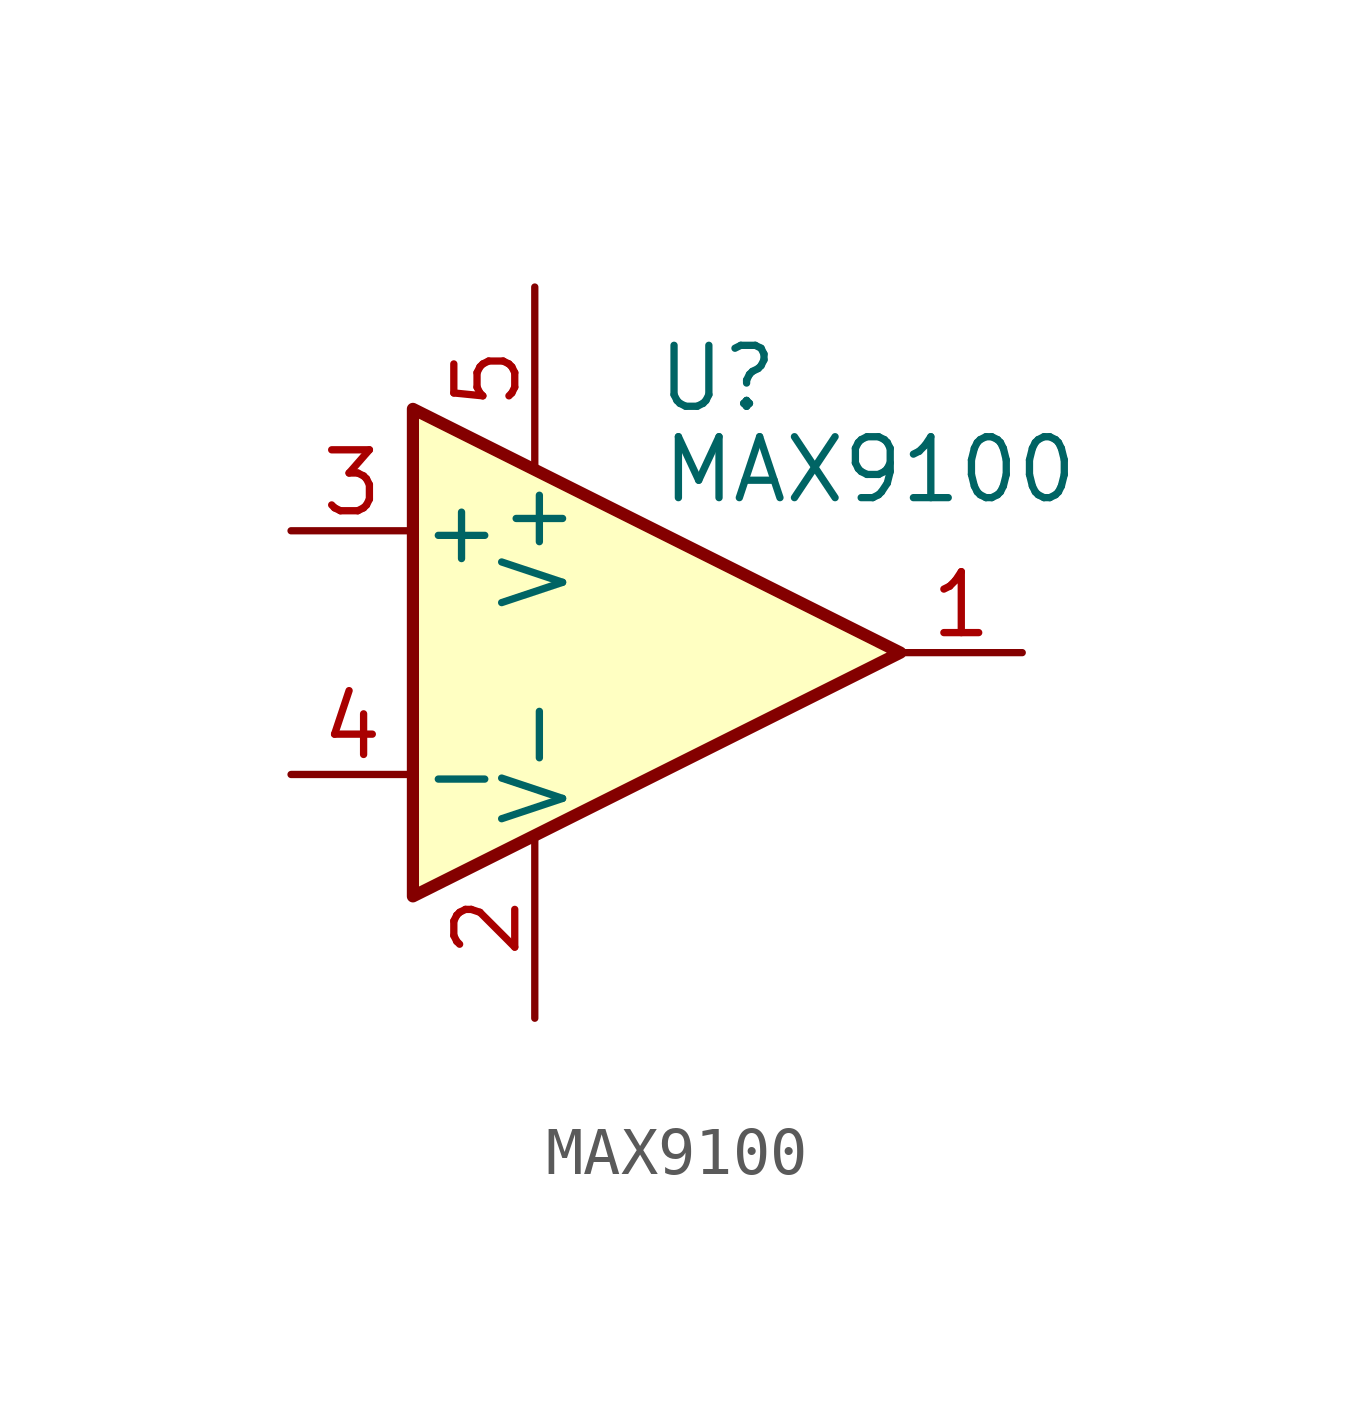
<source format=kicad_sym>
(kicad_symbol_lib
  (version 20231120)
  (generator "kicad_symbol_editor")
  (generator_version "8.0")
  (symbol "MAX9100"
    (pin_names
      (offset 0.127))
    (property "Reference" "U"
      (at 1.27 5.715 0)
      (effects (font (size 1.27 1.27))))
    (property "Value" "MAX9100"
      (at 4.445 3.81 0)
      (effects (font (size 1.27 1.27))))
    (symbol "MAX9100_0_1"
      (polyline (pts (xy -5.08 5.08) (xy 5.08 0) (xy -5.08 -5.08) (xy -5.08 5.08)) (stroke (width 0.254) (type default)) (fill (type background))))
    (symbol "MAX9100_1_1"
      (pin output line (at 7.62 0 180) (length 2.54) (name "~" (effects (font (size 1.27 1.27)))) (number "1" (effects (font (size 1.27 1.27)))))
      (pin power_in line (at -2.54 -7.62 90) (length 3.81) (name "V-" (effects (font (size 1.27 1.27)))) (number "2" (effects (font (size 1.27 1.27)))))
      (pin input line (at -7.62 2.54 0) (length 2.54) (name "+" (effects (font (size 1.27 1.27)))) (number "3" (effects (font (size 1.27 1.27)))))
      (pin input line (at -7.62 -2.54 0) (length 2.54) (name "-" (effects (font (size 1.27 1.27)))) (number "4" (effects (font (size 1.27 1.27)))))
      (pin power_in line (at -2.54 7.62 270) (length 3.81) (name "V+" (effects (font (size 1.27 1.27)))) (number "5" (effects (font (size 1.27 1.27))))))))
</source>
